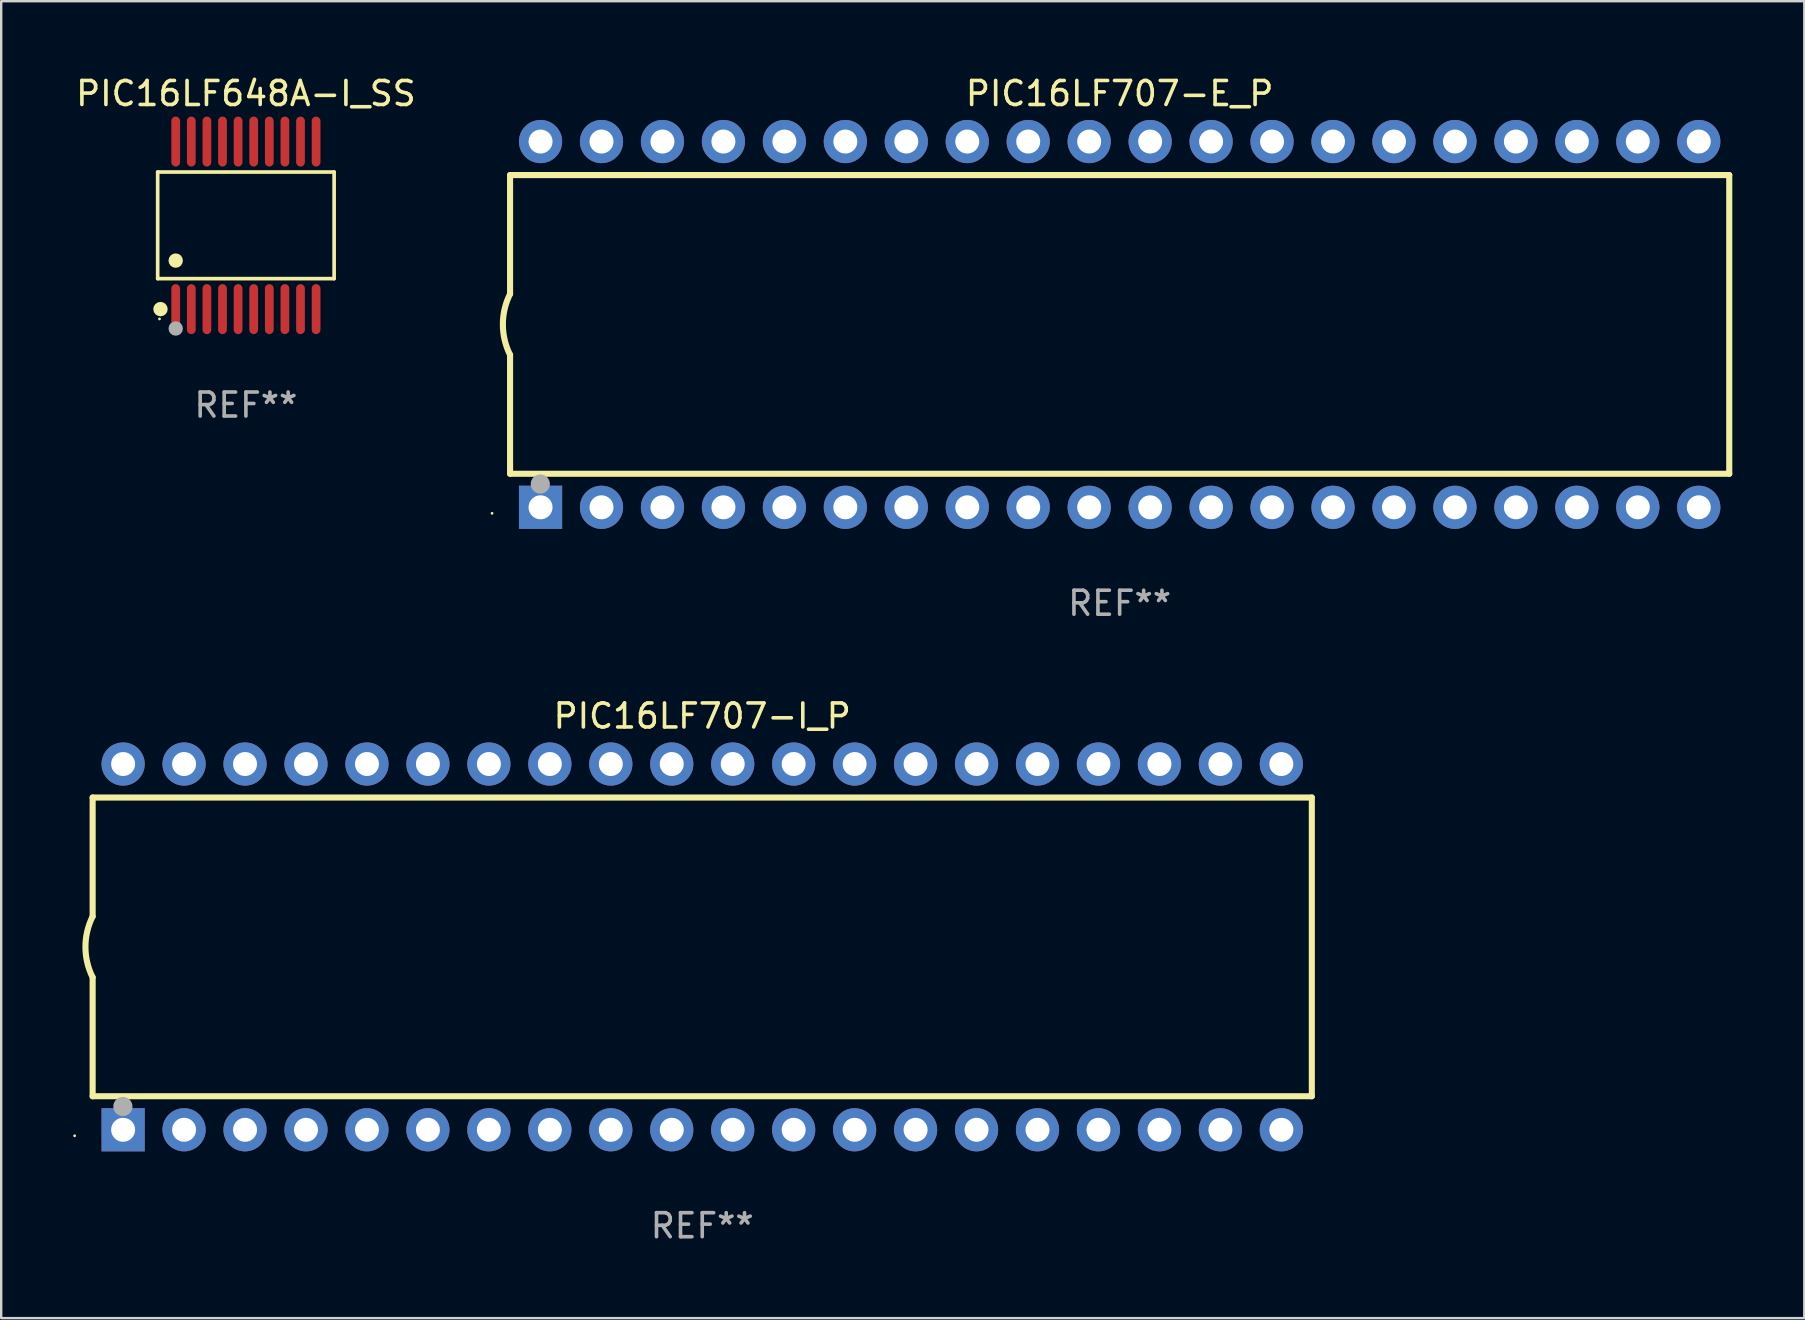
<source format=kicad_pcb>
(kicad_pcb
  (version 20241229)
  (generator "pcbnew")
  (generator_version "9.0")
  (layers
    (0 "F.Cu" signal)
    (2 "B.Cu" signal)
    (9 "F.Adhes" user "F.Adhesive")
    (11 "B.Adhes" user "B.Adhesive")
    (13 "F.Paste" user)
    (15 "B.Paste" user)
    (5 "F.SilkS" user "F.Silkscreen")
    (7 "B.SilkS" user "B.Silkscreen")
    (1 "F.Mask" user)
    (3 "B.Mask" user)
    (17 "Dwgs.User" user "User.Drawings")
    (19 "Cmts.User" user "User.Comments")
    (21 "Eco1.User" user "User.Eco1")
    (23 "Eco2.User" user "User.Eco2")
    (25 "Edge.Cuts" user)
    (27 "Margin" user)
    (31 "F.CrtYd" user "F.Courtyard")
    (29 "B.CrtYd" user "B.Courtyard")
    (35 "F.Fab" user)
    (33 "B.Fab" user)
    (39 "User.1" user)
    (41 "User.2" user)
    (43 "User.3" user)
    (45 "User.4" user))
  (footprint "PIC16LF707-I_P"
    (layer "F.Cu")
    (at 26.21 36.405)
    (property "Reference" "PIC16LF707-I_P" (at 0 -9.62 0) (layer "F.SilkS") (effects (font (size 1 1) (thickness 0.15))))
    (attr through_hole)
    (fp_line (start -25.4 -6.224) (end -25.4 -1.271) (stroke (width 0.254) (type solid)) (layer "F.SilkS"))
    (fp_line (start -25.4 -6.224) (end 25.4 -6.224) (stroke (width 0.254) (type solid)) (layer "F.SilkS"))
    (fp_line (start -25.4 1.269) (end -25.4 6.222) (stroke (width 0.254) (type solid)) (layer "F.SilkS"))
    (fp_line (start -25.4 6.222) (end 25.4 6.222) (stroke (width 0.254) (type solid)) (layer "F.SilkS"))
    (fp_line (start 25.4 6.222) (end 25.4 -6.224) (stroke (width 0.254) (type solid)) (layer "F.SilkS"))
    (fp_arc (start -25.4 1.269241) (mid -25.699807 -0.000762) (end -25.4 -1.270765) (stroke (width 0.254001) (type solid)) (layer "F.SilkS"))
    (fp_circle (center -26.15 7.87) (end -26.12 7.87) (stroke (width 0.06) (type solid)) (fill no) (layer "F.SilkS"))
    (fp_circle (center -24.14 6.65) (end -23.94 6.65) (stroke (width 0.4) (type solid)) (fill no) (layer "F.Fab"))
    (fp_text user "REF**" (at 0 11.62 0) (layer "F.Fab") (effects (font (size 1 1) (thickness 0.15))))
    (pad "1" thru_hole rect (at -24.13 7.62 90) (size 1.8 1.8) (drill 1) (layers "*.Cu" "*.Mask"))
    (pad "2" thru_hole circle (at -21.59 7.62) (size 1.8 1.8) (drill 1) (layers "*.Cu" "*.Mask"))
    (pad "3" thru_hole circle (at -19.05 7.62) (size 1.8 1.8) (drill 1) (layers "*.Cu" "*.Mask"))
    (pad "4" thru_hole circle (at -16.51 7.62) (size 1.8 1.8) (drill 1) (layers "*.Cu" "*.Mask"))
    (pad "5" thru_hole circle (at -13.97 7.62) (size 1.8 1.8) (drill 1) (layers "*.Cu" "*.Mask"))
    (pad "6" thru_hole circle (at -11.43 7.62) (size 1.8 1.8) (drill 1) (layers "*.Cu" "*.Mask"))
    (pad "7" thru_hole circle (at -8.89 7.62) (size 1.8 1.8) (drill 1) (layers "*.Cu" "*.Mask"))
    (pad "8" thru_hole circle (at -6.35 7.62) (size 1.8 1.8) (drill 1) (layers "*.Cu" "*.Mask"))
    (pad "9" thru_hole circle (at -3.81 7.62) (size 1.8 1.8) (drill 1) (layers "*.Cu" "*.Mask"))
    (pad "10" thru_hole circle (at -1.27 7.62) (size 1.8 1.8) (drill 1) (layers "*.Cu" "*.Mask"))
    (pad "11" thru_hole circle (at 1.27 7.62) (size 1.8 1.8) (drill 1) (layers "*.Cu" "*.Mask"))
    (pad "12" thru_hole circle (at 3.81 7.62) (size 1.8 1.8) (drill 1) (layers "*.Cu" "*.Mask"))
    (pad "13" thru_hole circle (at 6.35 7.62) (size 1.8 1.8) (drill 1) (layers "*.Cu" "*.Mask"))
    (pad "14" thru_hole circle (at 8.89 7.62) (size 1.8 1.8) (drill 1) (layers "*.Cu" "*.Mask"))
    (pad "15" thru_hole circle (at 11.43 7.62) (size 1.8 1.8) (drill 1) (layers "*.Cu" "*.Mask"))
    (pad "16" thru_hole circle (at 13.97 7.62) (size 1.8 1.8) (drill 1) (layers "*.Cu" "*.Mask"))
    (pad "17" thru_hole circle (at 16.51 7.62) (size 1.8 1.8) (drill 1) (layers "*.Cu" "*.Mask"))
    (pad "18" thru_hole circle (at 19.05 7.62) (size 1.8 1.8) (drill 1) (layers "*.Cu" "*.Mask"))
    (pad "19" thru_hole circle (at 21.59 7.62) (size 1.8 1.8) (drill 1) (layers "*.Cu" "*.Mask"))
    (pad "20" thru_hole circle (at 24.13 7.62) (size 1.8 1.8) (drill 1) (layers "*.Cu" "*.Mask"))
    (pad "21" thru_hole circle (at 24.13 -7.62) (size 1.8 1.8) (drill 1) (layers "*.Cu" "*.Mask"))
    (pad "22" thru_hole circle (at 21.59 -7.62) (size 1.8 1.8) (drill 1) (layers "*.Cu" "*.Mask"))
    (pad "23" thru_hole circle (at 19.05 -7.62) (size 1.8 1.8) (drill 1) (layers "*.Cu" "*.Mask"))
    (pad "24" thru_hole circle (at 16.51 -7.62) (size 1.8 1.8) (drill 1) (layers "*.Cu" "*.Mask"))
    (pad "25" thru_hole circle (at 13.97 -7.62) (size 1.8 1.8) (drill 1) (layers "*.Cu" "*.Mask"))
    (pad "26" thru_hole circle (at 11.43 -7.62) (size 1.8 1.8) (drill 1) (layers "*.Cu" "*.Mask"))
    (pad "27" thru_hole circle (at 8.89 -7.62) (size 1.8 1.8) (drill 1) (layers "*.Cu" "*.Mask"))
    (pad "28" thru_hole circle (at 6.35 -7.62) (size 1.8 1.8) (drill 1) (layers "*.Cu" "*.Mask"))
    (pad "29" thru_hole circle (at 3.81 -7.62) (size 1.8 1.8) (drill 1) (layers "*.Cu" "*.Mask"))
    (pad "30" thru_hole circle (at 1.27 -7.62) (size 1.8 1.8) (drill 1) (layers "*.Cu" "*.Mask"))
    (pad "31" thru_hole circle (at -1.27 -7.62) (size 1.8 1.8) (drill 1) (layers "*.Cu" "*.Mask"))
    (pad "32" thru_hole circle (at -3.81 -7.62) (size 1.8 1.8) (drill 1) (layers "*.Cu" "*.Mask"))
    (pad "33" thru_hole circle (at -6.35 -7.62) (size 1.8 1.8) (drill 1) (layers "*.Cu" "*.Mask"))
    (pad "34" thru_hole circle (at -8.89 -7.62) (size 1.8 1.8) (drill 1) (layers "*.Cu" "*.Mask"))
    (pad "35" thru_hole circle (at -11.43 -7.62) (size 1.8 1.8) (drill 1) (layers "*.Cu" "*.Mask"))
    (pad "36" thru_hole circle (at -13.97 -7.62) (size 1.8 1.8) (drill 1) (layers "*.Cu" "*.Mask"))
    (pad "37" thru_hole circle (at -16.51 -7.62) (size 1.8 1.8) (drill 1) (layers "*.Cu" "*.Mask"))
    (pad "38" thru_hole circle (at -19.05 -7.62) (size 1.8 1.8) (drill 1) (layers "*.Cu" "*.Mask"))
    (pad "39" thru_hole circle (at -21.59 -7.62) (size 1.8 1.8) (drill 1) (layers "*.Cu" "*.Mask"))
    (pad "40" thru_hole circle (at -24.13 -7.62) (size 1.8 1.8) (drill 1) (layers "*.Cu" "*.Mask")))
  (footprint "PIC16LF707-E_P"
    (layer "F.Cu")
    (at 43.603 10.468)
    (property "Reference" "PIC16LF707-E_P" (at 0 -9.62 0) (layer "F.SilkS") (effects (font (size 1 1) (thickness 0.15))))
    (attr through_hole)
    (fp_line (start -25.4 -6.224) (end -25.4 -1.271) (stroke (width 0.254) (type solid)) (layer "F.SilkS"))
    (fp_line (start -25.4 -6.224) (end 25.4 -6.224) (stroke (width 0.254) (type solid)) (layer "F.SilkS"))
    (fp_line (start -25.4 1.269) (end -25.4 6.222) (stroke (width 0.254) (type solid)) (layer "F.SilkS"))
    (fp_line (start -25.4 6.222) (end 25.4 6.222) (stroke (width 0.254) (type solid)) (layer "F.SilkS"))
    (fp_line (start 25.4 6.222) (end 25.4 -6.224) (stroke (width 0.254) (type solid)) (layer "F.SilkS"))
    (fp_arc (start -25.4 1.269241) (mid -25.699807 -0.000762) (end -25.4 -1.270765) (stroke (width 0.254001) (type solid)) (layer "F.SilkS"))
    (fp_circle (center -26.15 7.87) (end -26.12 7.87) (stroke (width 0.06) (type solid)) (fill no) (layer "F.SilkS"))
    (fp_circle (center -24.14 6.65) (end -23.94 6.65) (stroke (width 0.4) (type solid)) (fill no) (layer "F.Fab"))
    (fp_text user "REF**" (at 0 11.62 0) (layer "F.Fab") (effects (font (size 1 1) (thickness 0.15))))
    (pad "1" thru_hole rect (at -24.13 7.62 90) (size 1.8 1.8) (drill 1) (layers "*.Cu" "*.Mask"))
    (pad "2" thru_hole circle (at -21.59 7.62) (size 1.8 1.8) (drill 1) (layers "*.Cu" "*.Mask"))
    (pad "3" thru_hole circle (at -19.05 7.62) (size 1.8 1.8) (drill 1) (layers "*.Cu" "*.Mask"))
    (pad "4" thru_hole circle (at -16.51 7.62) (size 1.8 1.8) (drill 1) (layers "*.Cu" "*.Mask"))
    (pad "5" thru_hole circle (at -13.97 7.62) (size 1.8 1.8) (drill 1) (layers "*.Cu" "*.Mask"))
    (pad "6" thru_hole circle (at -11.43 7.62) (size 1.8 1.8) (drill 1) (layers "*.Cu" "*.Mask"))
    (pad "7" thru_hole circle (at -8.89 7.62) (size 1.8 1.8) (drill 1) (layers "*.Cu" "*.Mask"))
    (pad "8" thru_hole circle (at -6.35 7.62) (size 1.8 1.8) (drill 1) (layers "*.Cu" "*.Mask"))
    (pad "9" thru_hole circle (at -3.81 7.62) (size 1.8 1.8) (drill 1) (layers "*.Cu" "*.Mask"))
    (pad "10" thru_hole circle (at -1.27 7.62) (size 1.8 1.8) (drill 1) (layers "*.Cu" "*.Mask"))
    (pad "11" thru_hole circle (at 1.27 7.62) (size 1.8 1.8) (drill 1) (layers "*.Cu" "*.Mask"))
    (pad "12" thru_hole circle (at 3.81 7.62) (size 1.8 1.8) (drill 1) (layers "*.Cu" "*.Mask"))
    (pad "13" thru_hole circle (at 6.35 7.62) (size 1.8 1.8) (drill 1) (layers "*.Cu" "*.Mask"))
    (pad "14" thru_hole circle (at 8.89 7.62) (size 1.8 1.8) (drill 1) (layers "*.Cu" "*.Mask"))
    (pad "15" thru_hole circle (at 11.43 7.62) (size 1.8 1.8) (drill 1) (layers "*.Cu" "*.Mask"))
    (pad "16" thru_hole circle (at 13.97 7.62) (size 1.8 1.8) (drill 1) (layers "*.Cu" "*.Mask"))
    (pad "17" thru_hole circle (at 16.51 7.62) (size 1.8 1.8) (drill 1) (layers "*.Cu" "*.Mask"))
    (pad "18" thru_hole circle (at 19.05 7.62) (size 1.8 1.8) (drill 1) (layers "*.Cu" "*.Mask"))
    (pad "19" thru_hole circle (at 21.59 7.62) (size 1.8 1.8) (drill 1) (layers "*.Cu" "*.Mask"))
    (pad "20" thru_hole circle (at 24.13 7.62) (size 1.8 1.8) (drill 1) (layers "*.Cu" "*.Mask"))
    (pad "21" thru_hole circle (at 24.13 -7.62) (size 1.8 1.8) (drill 1) (layers "*.Cu" "*.Mask"))
    (pad "22" thru_hole circle (at 21.59 -7.62) (size 1.8 1.8) (drill 1) (layers "*.Cu" "*.Mask"))
    (pad "23" thru_hole circle (at 19.05 -7.62) (size 1.8 1.8) (drill 1) (layers "*.Cu" "*.Mask"))
    (pad "24" thru_hole circle (at 16.51 -7.62) (size 1.8 1.8) (drill 1) (layers "*.Cu" "*.Mask"))
    (pad "25" thru_hole circle (at 13.97 -7.62) (size 1.8 1.8) (drill 1) (layers "*.Cu" "*.Mask"))
    (pad "26" thru_hole circle (at 11.43 -7.62) (size 1.8 1.8) (drill 1) (layers "*.Cu" "*.Mask"))
    (pad "27" thru_hole circle (at 8.89 -7.62) (size 1.8 1.8) (drill 1) (layers "*.Cu" "*.Mask"))
    (pad "28" thru_hole circle (at 6.35 -7.62) (size 1.8 1.8) (drill 1) (layers "*.Cu" "*.Mask"))
    (pad "29" thru_hole circle (at 3.81 -7.62) (size 1.8 1.8) (drill 1) (layers "*.Cu" "*.Mask"))
    (pad "30" thru_hole circle (at 1.27 -7.62) (size 1.8 1.8) (drill 1) (layers "*.Cu" "*.Mask"))
    (pad "31" thru_hole circle (at -1.27 -7.62) (size 1.8 1.8) (drill 1) (layers "*.Cu" "*.Mask"))
    (pad "32" thru_hole circle (at -3.81 -7.62) (size 1.8 1.8) (drill 1) (layers "*.Cu" "*.Mask"))
    (pad "33" thru_hole circle (at -6.35 -7.62) (size 1.8 1.8) (drill 1) (layers "*.Cu" "*.Mask"))
    (pad "34" thru_hole circle (at -8.89 -7.62) (size 1.8 1.8) (drill 1) (layers "*.Cu" "*.Mask"))
    (pad "35" thru_hole circle (at -11.43 -7.62) (size 1.8 1.8) (drill 1) (layers "*.Cu" "*.Mask"))
    (pad "36" thru_hole circle (at -13.97 -7.62) (size 1.8 1.8) (drill 1) (layers "*.Cu" "*.Mask"))
    (pad "37" thru_hole circle (at -16.51 -7.62) (size 1.8 1.8) (drill 1) (layers "*.Cu" "*.Mask"))
    (pad "38" thru_hole circle (at -19.05 -7.62) (size 1.8 1.8) (drill 1) (layers "*.Cu" "*.Mask"))
    (pad "39" thru_hole circle (at -21.59 -7.62) (size 1.8 1.8) (drill 1) (layers "*.Cu" "*.Mask"))
    (pad "40" thru_hole circle (at -24.13 -7.62) (size 1.8 1.8) (drill 1) (layers "*.Cu" "*.Mask")))
  (footprint "PIC16LF648A-I_SS"
    (layer "F.Cu")
    (at 7.196 6.339)
    (property "Reference" "PIC16LF648A-I_SS" (at 0 -5.491 0) (layer "F.SilkS") (effects (font (size 1 1) (thickness 0.15))))
    (attr through_hole)
    (fp_line (start -3.676 -2.221) (end 3.676 -2.221) (stroke (width 0.152) (type solid)) (layer "F.SilkS"))
    (fp_line (start -3.676 2.221) (end -3.676 -2.221) (stroke (width 0.152) (type solid)) (layer "F.SilkS"))
    (fp_line (start 3.676 -2.221) (end 3.676 2.221) (stroke (width 0.152) (type solid)) (layer "F.SilkS"))
    (fp_line (start 3.676 2.221) (end -3.676 2.221) (stroke (width 0.152) (type solid)) (layer "F.SilkS"))
    (fp_circle (center -3.6 3.9) (end -3.57 3.9) (stroke (width 0.06) (type solid)) (fill no) (layer "F.SilkS"))
    (fp_circle (center -3.559 3.491) (end -3.409 3.491) (stroke (width 0.3) (type solid)) (fill no) (layer "F.SilkS"))
    (fp_circle (center -2.925 1.469) (end -2.775 1.469) (stroke (width 0.3) (type solid)) (fill no) (layer "F.SilkS"))
    (fp_circle (center -2.925 4.3) (end -2.775 4.3) (stroke (width 0.3) (type solid)) (fill no) (layer "F.Fab"))
    (fp_text user "REF**" (at 0 7.491 0) (layer "F.Fab") (effects (font (size 1 1) (thickness 0.15))))
    (pad "1" smd oval (at -2.925 3.491) (size 0.364 2.082) (layers "F.Cu" "F.Mask" "F.Paste"))
    (pad "2" smd oval (at -2.275 3.491) (size 0.364 2.082) (layers "F.Cu" "F.Mask" "F.Paste"))
    (pad "3" smd oval (at -1.625 3.491) (size 0.364 2.082) (layers "F.Cu" "F.Mask" "F.Paste"))
    (pad "4" smd oval (at -0.975 3.491) (size 0.364 2.082) (layers "F.Cu" "F.Mask" "F.Paste"))
    (pad "5" smd oval (at -0.325 3.491) (size 0.364 2.082) (layers "F.Cu" "F.Mask" "F.Paste"))
    (pad "6" smd oval (at 0.325 3.491) (size 0.364 2.082) (layers "F.Cu" "F.Mask" "F.Paste"))
    (pad "7" smd oval (at 0.975 3.491) (size 0.364 2.082) (layers "F.Cu" "F.Mask" "F.Paste"))
    (pad "8" smd oval (at 1.625 3.491) (size 0.364 2.082) (layers "F.Cu" "F.Mask" "F.Paste"))
    (pad "9" smd oval (at 2.275 3.491) (size 0.364 2.082) (layers "F.Cu" "F.Mask" "F.Paste"))
    (pad "10" smd oval (at 2.925 3.491) (size 0.364 2.082) (layers "F.Cu" "F.Mask" "F.Paste"))
    (pad "11" smd oval (at 2.925 -3.491) (size 0.364 2.082) (layers "F.Cu" "F.Mask" "F.Paste"))
    (pad "12" smd oval (at 2.275 -3.491) (size 0.364 2.082) (layers "F.Cu" "F.Mask" "F.Paste"))
    (pad "13" smd oval (at 1.625 -3.491) (size 0.364 2.082) (layers "F.Cu" "F.Mask" "F.Paste"))
    (pad "14" smd oval (at 0.975 -3.491) (size 0.364 2.082) (layers "F.Cu" "F.Mask" "F.Paste"))
    (pad "15" smd oval (at 0.325 -3.491) (size 0.364 2.082) (layers "F.Cu" "F.Mask" "F.Paste"))
    (pad "16" smd oval (at -0.325 -3.491) (size 0.364 2.082) (layers "F.Cu" "F.Mask" "F.Paste"))
    (pad "17" smd oval (at -0.975 -3.491) (size 0.364 2.082) (layers "F.Cu" "F.Mask" "F.Paste"))
    (pad "18" smd oval (at -1.625 -3.491) (size 0.364 2.082) (layers "F.Cu" "F.Mask" "F.Paste"))
    (pad "19" smd oval (at -2.275 -3.491) (size 0.364 2.082) (layers "F.Cu" "F.Mask" "F.Paste"))
    (pad "20" smd oval (at -2.925 -3.491) (size 0.364 2.082) (layers "F.Cu" "F.Mask" "F.Paste")))
  (gr_rect
    (start -3 -3)
    (end 72.13 51.873)
    (stroke (width 0.1) (type default))
    (fill no)
    (layer "Edge.Cuts")))
</source>
